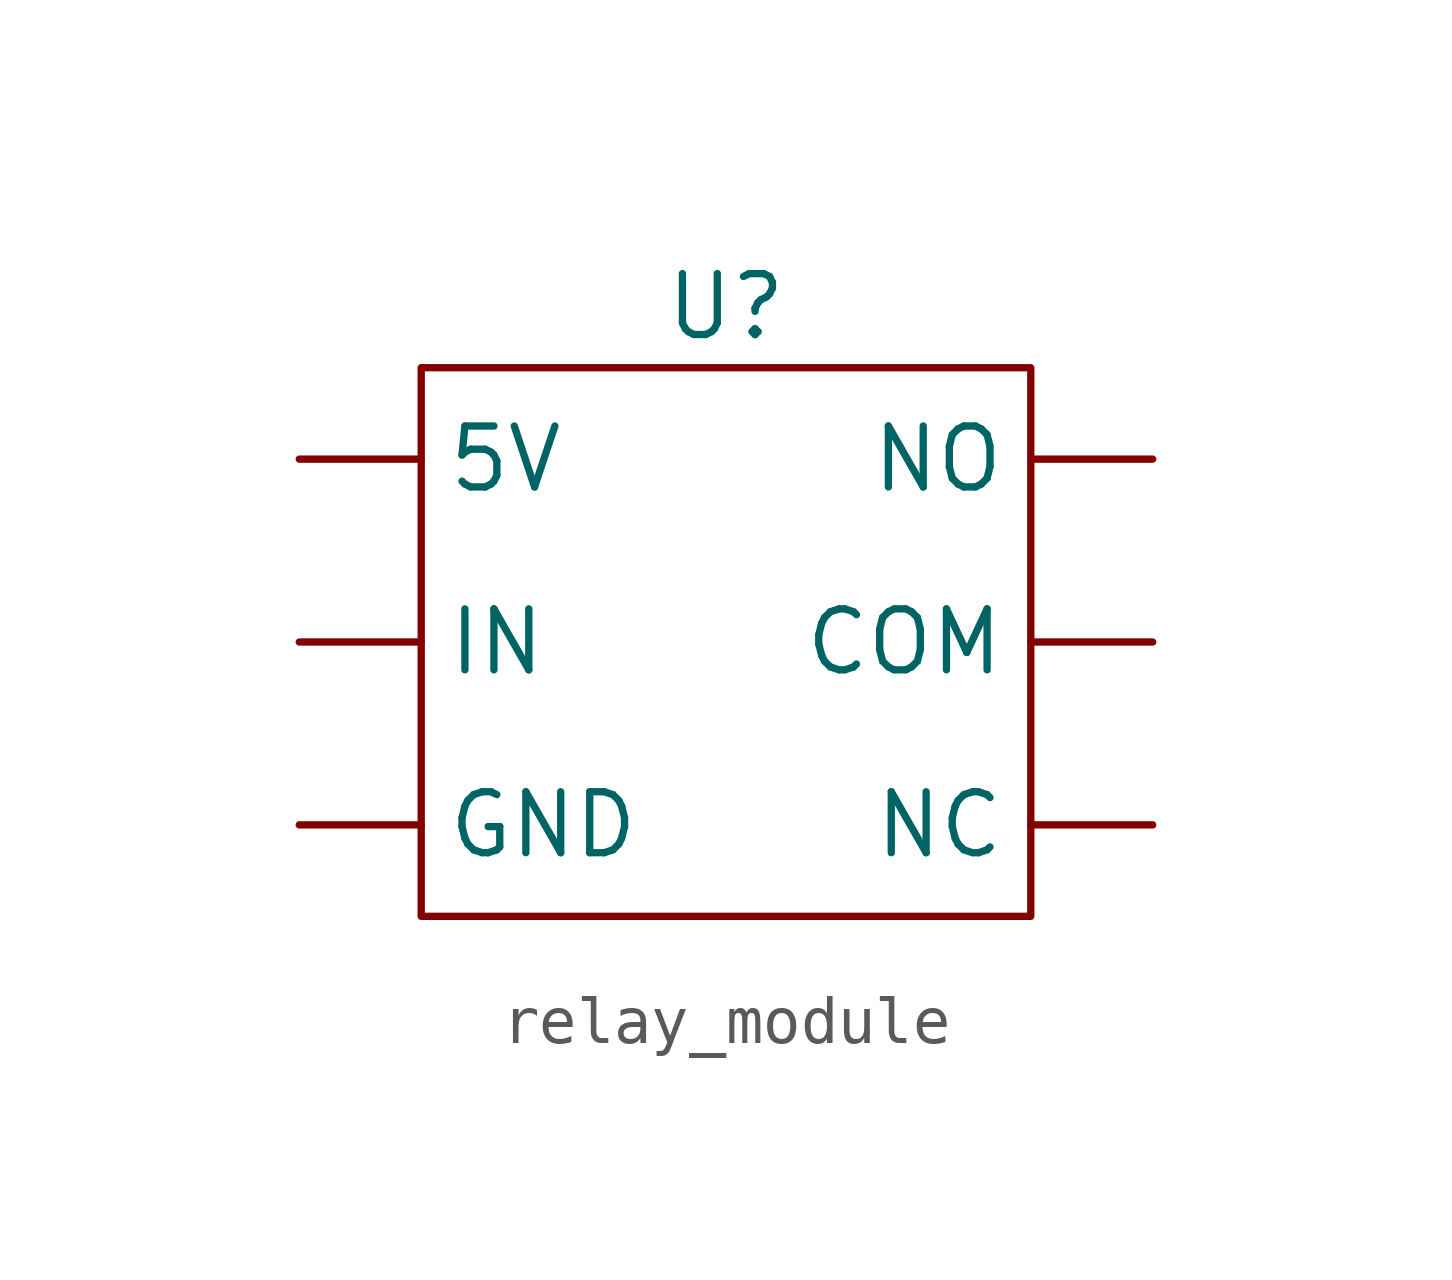
<source format=kicad_sym>
(kicad_symbol_lib
  (version 20220914)
  (generator kicad_symbol_editor)
  (symbol "relay_module"
    (property "Reference" "U"
      (at 0 6.985 0)
      (effects (font (size 1.27 1.27))))
    (property "Value" ""
      (at -0.635 0.635 0)
      (effects (font (size 1.27 1.27))))
    (symbol "relay_module_0_1"
      (rectangle (start -6.35 5.715) (end 6.35 -5.715) (stroke (width 0) (type default)) (fill (type none))))
    (symbol "relay_module_1_1"
      (pin input line (at -8.89 3.81 0) (length 2.54) (name "5V" (effects (font (size 1.27 1.27)))) (number "" (effects (font (size 1.27 1.27)))))
      (pin input line (at 8.89 0 180) (length 2.54) (name "COM" (effects (font (size 1.27 1.27)))) (number "" (effects (font (size 1.27 1.27)))))
      (pin input line (at -8.89 -3.81 0) (length 2.54) (name "GND" (effects (font (size 1.27 1.27)))) (number "" (effects (font (size 1.27 1.27)))))
      (pin input line (at -8.89 0 0) (length 2.54) (name "IN" (effects (font (size 1.27 1.27)))) (number "" (effects (font (size 1.27 1.27)))))
      (pin output line (at 8.89 -3.81 180) (length 2.54) (name "NC" (effects (font (size 1.27 1.27)))) (number "" (effects (font (size 1.27 1.27)))))
      (pin output line (at 8.89 3.81 180) (length 2.54) (name "NO" (effects (font (size 1.27 1.27)))) (number "" (effects (font (size 1.27 1.27))))))))
</source>
